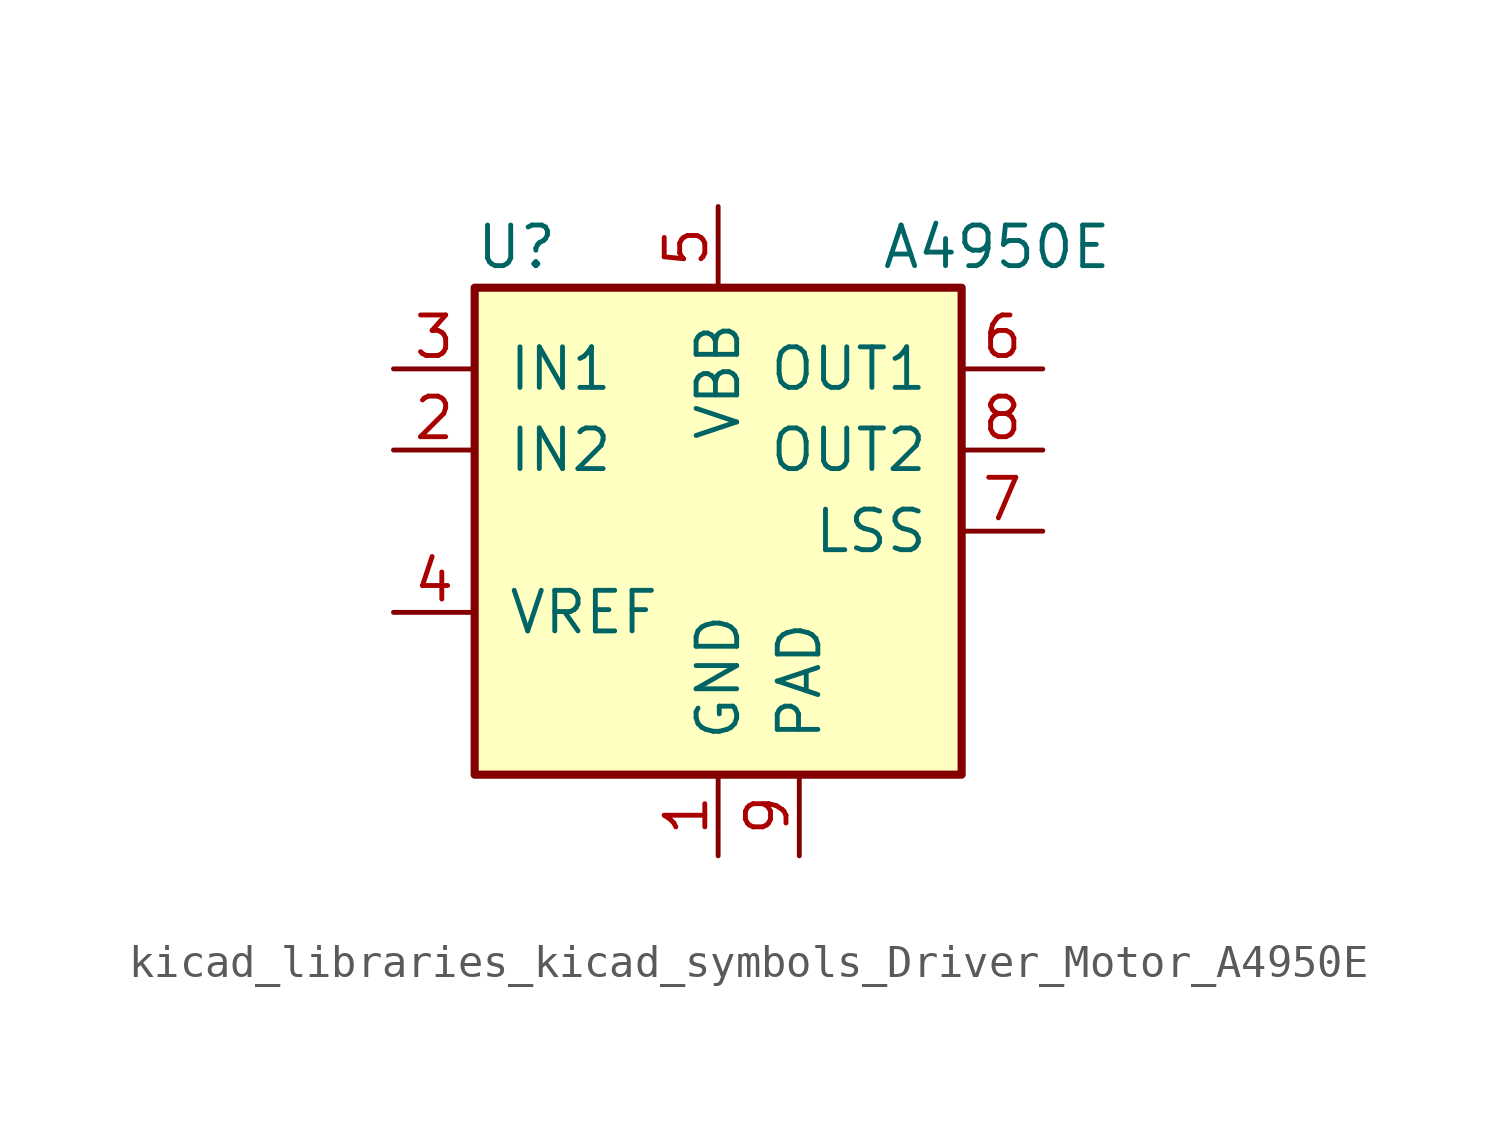
<source format=kicad_sym>
(kicad_symbol_lib
  (version 20220914)
  (generator kicad_symbol_editor)
  (symbol "kicad_libraries_kicad_symbols_Driver_Motor_A4950E"
    (pin_names
      (offset 1.016))
    (property "Reference" "U"
      (at -7.62 8.89 0)
      (effects (font (size 1.27 1.27)) (justify left)))
    (property "Value" "A4950E"
      (at 5.08 8.89 0)
      (effects (font (size 1.27 1.27)) (justify left)))
    (symbol "kicad_libraries_kicad_symbols_Driver_Motor_A4950E_0_1"
      (rectangle (start -7.62 7.62) (end 7.62 -7.62) (stroke (width 0.254) (type default)) (fill (type background))))
    (symbol "kicad_libraries_kicad_symbols_Driver_Motor_A4950E_1_1"
      (pin power_in line (at 0 -10.16 90) (length 2.54) (name "GND" (effects (font (size 1.27 1.27)))) (number "1" (effects (font (size 1.27 1.27)))))
      (pin input line (at -10.16 2.54 0) (length 2.54) (name "IN2" (effects (font (size 1.27 1.27)))) (number "2" (effects (font (size 1.27 1.27)))))
      (pin input line (at -10.16 5.08 0) (length 2.54) (name "IN1" (effects (font (size 1.27 1.27)))) (number "3" (effects (font (size 1.27 1.27)))))
      (pin passive line (at -10.16 -2.54 0) (length 2.54) (name "VREF" (effects (font (size 1.27 1.27)))) (number "4" (effects (font (size 1.27 1.27)))))
      (pin power_in line (at 0 10.16 270) (length 2.54) (name "VBB" (effects (font (size 1.27 1.27)))) (number "5" (effects (font (size 1.27 1.27)))))
      (pin power_out line (at 10.16 5.08 180) (length 2.54) (name "OUT1" (effects (font (size 1.27 1.27)))) (number "6" (effects (font (size 1.27 1.27)))))
      (pin power_in line (at 10.16 0 180) (length 2.54) (name "LSS" (effects (font (size 1.27 1.27)))) (number "7" (effects (font (size 1.27 1.27)))))
      (pin power_out line (at 10.16 2.54 180) (length 2.54) (name "OUT2" (effects (font (size 1.27 1.27)))) (number "8" (effects (font (size 1.27 1.27)))))
      (pin power_in line (at 2.54 -10.16 90) (length 2.54) (name "PAD" (effects (font (size 1.27 1.27)))) (number "9" (effects (font (size 1.27 1.27))))))))
</source>
